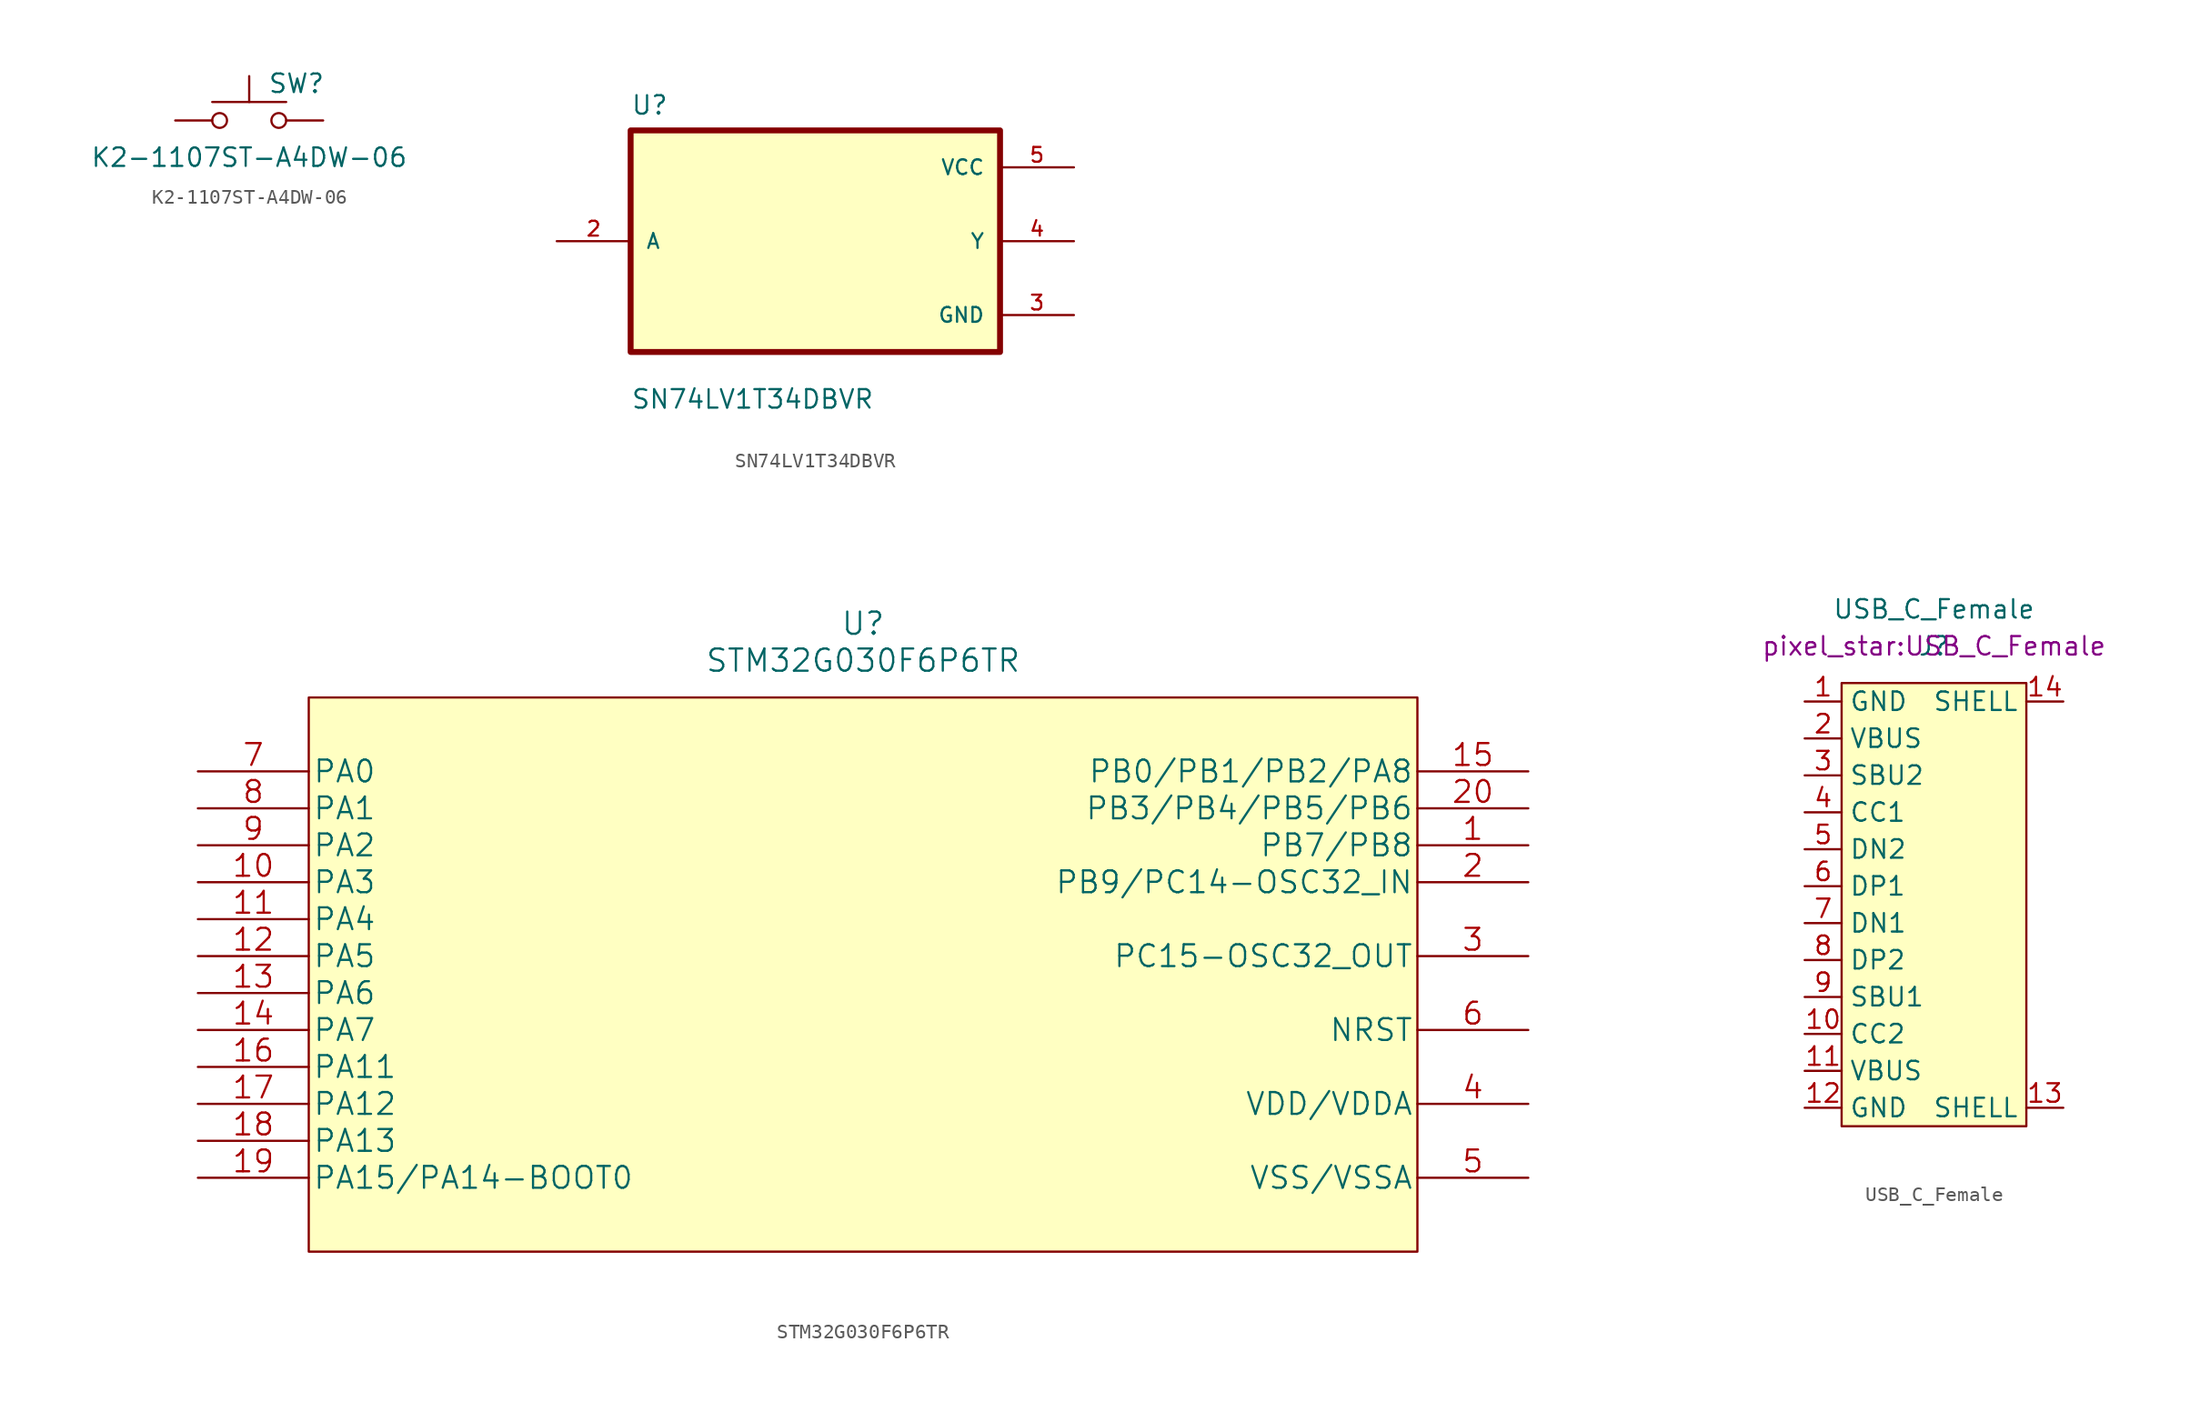
<source format=kicad_sym>
(kicad_symbol_lib
  (version 20211014)
  (generator kicad_symbol_editor)
  (symbol "K2-1107ST-A4DW-06"
    (pin_numbers hide)
    (pin_names
      (offset 1.016) hide)
    (property "Reference" "SW"
      (at 1.27 2.54 0)
      (effects (font (size 1.27 1.27)) (justify left)))
    (property "Value" "K2-1107ST-A4DW-06"
      (at 0 -2.54 0)
      (effects (font (size 1.27 1.27))))
    (symbol "K2-1107ST-A4DW-06_0_1"
      (circle (center -2.032 0) (radius 0.508) (stroke (width 0) (type default) (color 0 0 0 0)) (fill (type none)))
      (polyline (pts (xy 0 1.27) (xy 0 3.048)) (stroke (width 0) (type default) (color 0 0 0 0)) (fill (type none)))
      (polyline (pts (xy 2.54 1.27) (xy -2.54 1.27)) (stroke (width 0) (type default) (color 0 0 0 0)) (fill (type none)))
      (circle (center 2.032 0) (radius 0.508) (stroke (width 0) (type default) (color 0 0 0 0)) (fill (type none)))
      (pin passive line (at -5.08 0 0) (length 2.54) (name "1" (effects (font (size 1.27 1.27)))) (number "1" (effects (font (size 1.27 1.27)))))
      (pin passive line (at 5.08 0 180) (length 2.54) (name "2" (effects (font (size 1.27 1.27)))) (number "2" (effects (font (size 1.27 1.27)))))))
  (symbol "SN74LV1T34DBVR"
    (pin_names
      (offset 1.016))
    (property "Reference" "U"
      (at -12.7 8.611 0)
      (effects (font (size 1.27 1.27)) (justify left bottom)))
    (property "Value" "SN74LV1T34DBVR"
      (at -12.7 -11.608 0)
      (effects (font (size 1.27 1.27)) (justify left bottom)))
    (symbol "SN74LV1T34DBVR_0_0"
      (rectangle (start -12.7 -7.62) (end 12.7 7.62) (stroke (width 0.406) (type default) (color 0 0 0 0)) (fill (type background)))
      (pin input line (at -17.78 0 0) (length 5.08) (name "A" (effects (font (size 1.016 1.016)))) (number "2" (effects (font (size 1.016 1.016)))))
      (pin power_in line (at 17.78 -5.08 180) (length 5.08) (name "GND" (effects (font (size 1.016 1.016)))) (number "3" (effects (font (size 1.016 1.016)))))
      (pin output line (at 17.78 0 180) (length 5.08) (name "Y" (effects (font (size 1.016 1.016)))) (number "4" (effects (font (size 1.016 1.016)))))
      (pin power_in line (at 17.78 5.08 180) (length 5.08) (name "VCC" (effects (font (size 1.016 1.016)))) (number "5" (effects (font (size 1.016 1.016)))))))
  (symbol "STM32G030F6P6TR"
    (pin_names
      (offset 0.254))
    (property "Reference" "U"
      (at 45.72 10.16 0)
      (effects (font (size 1.524 1.524))))
    (property "Value" "STM32G030F6P6TR"
      (at 45.72 7.62 0)
      (effects (font (size 1.524 1.524))))
    (property "Datasheet" ""
      (at 0 0 0)
      (effects (font (size 1.524 1.524))))
    (symbol "STM32G030F6P6TR_1_1"
      (rectangle (start 7.62 5.08) (end 83.82 -33.02) (stroke (width 0.152) (type default) (color 0 0 0 0)) (fill (type background)))
      (pin bidirectional line (at 91.44 -5.08 180) (length 7.62) (name "PB7/PB8" (effects (font (size 1.499 1.499)))) (number "1" (effects (font (size 1.499 1.499)))))
      (pin bidirectional line (at 0 -7.62 0) (length 7.62) (name "PA3" (effects (font (size 1.499 1.499)))) (number "10" (effects (font (size 1.499 1.499)))))
      (pin bidirectional line (at 0 -10.16 0) (length 7.62) (name "PA4" (effects (font (size 1.499 1.499)))) (number "11" (effects (font (size 1.499 1.499)))))
      (pin bidirectional line (at 0 -12.7 0) (length 7.62) (name "PA5" (effects (font (size 1.499 1.499)))) (number "12" (effects (font (size 1.499 1.499)))))
      (pin bidirectional line (at 0 -15.24 0) (length 7.62) (name "PA6" (effects (font (size 1.499 1.499)))) (number "13" (effects (font (size 1.499 1.499)))))
      (pin bidirectional line (at 0 -17.78 0) (length 7.62) (name "PA7" (effects (font (size 1.499 1.499)))) (number "14" (effects (font (size 1.499 1.499)))))
      (pin bidirectional line (at 91.44 0 180) (length 7.62) (name "PB0/PB1/PB2/PA8" (effects (font (size 1.499 1.499)))) (number "15" (effects (font (size 1.499 1.499)))))
      (pin bidirectional line (at 0 -20.32 0) (length 7.62) (name "PA11" (effects (font (size 1.499 1.499)))) (number "16" (effects (font (size 1.499 1.499)))))
      (pin bidirectional line (at 0 -22.86 0) (length 7.62) (name "PA12" (effects (font (size 1.499 1.499)))) (number "17" (effects (font (size 1.499 1.499)))))
      (pin bidirectional line (at 0 -25.4 0) (length 7.62) (name "PA13" (effects (font (size 1.499 1.499)))) (number "18" (effects (font (size 1.499 1.499)))))
      (pin bidirectional line (at 0 -27.94 0) (length 7.62) (name "PA15/PA14-BOOT0" (effects (font (size 1.499 1.499)))) (number "19" (effects (font (size 1.499 1.499)))))
      (pin bidirectional line (at 91.44 -7.62 180) (length 7.62) (name "PB9/PC14-OSC32_IN" (effects (font (size 1.499 1.499)))) (number "2" (effects (font (size 1.499 1.499)))))
      (pin bidirectional line (at 91.44 -2.54 180) (length 7.62) (name "PB3/PB4/PB5/PB6" (effects (font (size 1.499 1.499)))) (number "20" (effects (font (size 1.499 1.499)))))
      (pin bidirectional line (at 91.44 -12.7 180) (length 7.62) (name "PC15-OSC32_OUT" (effects (font (size 1.499 1.499)))) (number "3" (effects (font (size 1.499 1.499)))))
      (pin power_in line (at 91.44 -22.86 180) (length 7.62) (name "VDD/VDDA" (effects (font (size 1.499 1.499)))) (number "4" (effects (font (size 1.499 1.499)))))
      (pin power_in line (at 91.44 -27.94 180) (length 7.62) (name "VSS/VSSA" (effects (font (size 1.499 1.499)))) (number "5" (effects (font (size 1.499 1.499)))))
      (pin bidirectional line (at 91.44 -17.78 180) (length 7.62) (name "NRST" (effects (font (size 1.499 1.499)))) (number "6" (effects (font (size 1.499 1.499)))))
      (pin bidirectional line (at 0 0 0) (length 7.62) (name "PA0" (effects (font (size 1.499 1.499)))) (number "7" (effects (font (size 1.499 1.499)))))
      (pin bidirectional line (at 0 -2.54 0) (length 7.62) (name "PA1" (effects (font (size 1.499 1.499)))) (number "8" (effects (font (size 1.499 1.499)))))
      (pin bidirectional line (at 0 -5.08 0) (length 7.62) (name "PA2" (effects (font (size 1.499 1.499)))) (number "9" (effects (font (size 1.499 1.499)))))))
  (symbol "USB_C_Female"
    (property "Reference" "J"
      (at 0 17.78 0)
      (effects (font (size 1.27 1.27))))
    (property "Value" "USB_C_Female"
      (at 0 20.32 0)
      (effects (font (size 1.27 1.27))))
    (property "Footprint" "pixel_star:USB_C_Female"
      (at 0 17.78 0)
      (effects (font (size 1.27 1.27))))
    (symbol "USB_C_Female_0_1"
      (rectangle (start -6.35 15.24) (end 6.35 -15.24) (stroke (width 0.152) (type default) (color 0 0 0 0)) (fill (type background))))
    (symbol "USB_C_Female_1_1"
      (pin input line (at -8.89 13.97 0) (length 2.54) (name "GND" (effects (font (size 1.27 1.27)))) (number "1" (effects (font (size 1.27 1.27)))))
      (pin input line (at -8.89 -8.89 0) (length 2.54) (name "CC2" (effects (font (size 1.27 1.27)))) (number "10" (effects (font (size 1.27 1.27)))))
      (pin input line (at -8.89 -11.43 0) (length 2.54) (name "VBUS" (effects (font (size 1.27 1.27)))) (number "11" (effects (font (size 1.27 1.27)))))
      (pin input line (at -8.89 -13.97 0) (length 2.54) (name "GND" (effects (font (size 1.27 1.27)))) (number "12" (effects (font (size 1.27 1.27)))))
      (pin input line (at 8.89 -13.97 180) (length 2.54) (name "SHELL" (effects (font (size 1.27 1.27)))) (number "13" (effects (font (size 1.27 1.27)))))
      (pin input line (at 8.89 13.97 180) (length 2.54) (name "SHELL" (effects (font (size 1.27 1.27)))) (number "14" (effects (font (size 1.27 1.27)))))
      (pin input line (at -8.89 11.43 0) (length 2.54) (name "VBUS" (effects (font (size 1.27 1.27)))) (number "2" (effects (font (size 1.27 1.27)))))
      (pin input line (at -8.89 8.89 0) (length 2.54) (name "SBU2" (effects (font (size 1.27 1.27)))) (number "3" (effects (font (size 1.27 1.27)))))
      (pin input line (at -8.89 6.35 0) (length 2.54) (name "CC1" (effects (font (size 1.27 1.27)))) (number "4" (effects (font (size 1.27 1.27)))))
      (pin input line (at -8.89 3.81 0) (length 2.54) (name "DN2" (effects (font (size 1.27 1.27)))) (number "5" (effects (font (size 1.27 1.27)))))
      (pin input line (at -8.89 1.27 0) (length 2.54) (name "DP1" (effects (font (size 1.27 1.27)))) (number "6" (effects (font (size 1.27 1.27)))))
      (pin input line (at -8.89 -1.27 0) (length 2.54) (name "DN1" (effects (font (size 1.27 1.27)))) (number "7" (effects (font (size 1.27 1.27)))))
      (pin input line (at -8.89 -3.81 0) (length 2.54) (name "DP2" (effects (font (size 1.27 1.27)))) (number "8" (effects (font (size 1.27 1.27)))))
      (pin input line (at -8.89 -6.35 0) (length 2.54) (name "SBU1" (effects (font (size 1.27 1.27)))) (number "9" (effects (font (size 1.27 1.27))))))))
</source>
